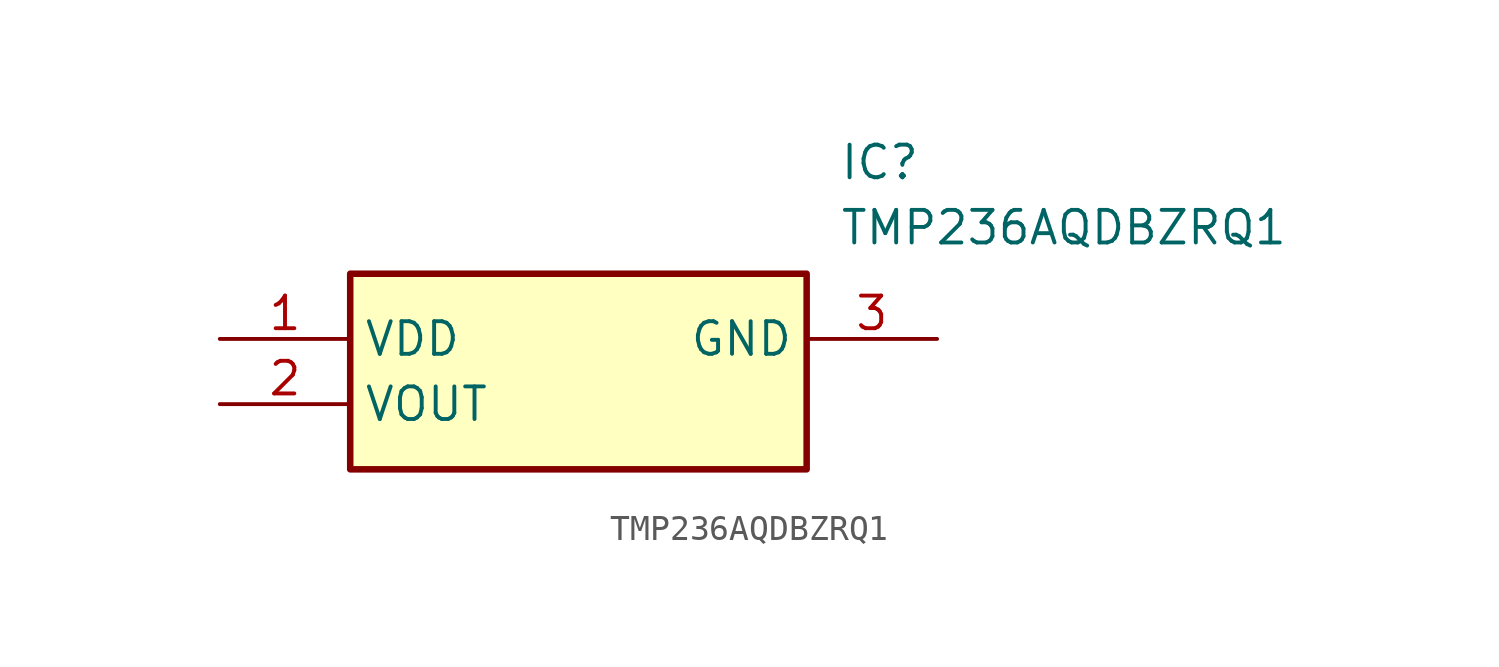
<source format=kicad_sym>
(kicad_symbol_lib
  (version 20211014)
  (generator SamacSys_ECAD_Model)
  (symbol "TMP236AQDBZRQ1"
    (property "Reference" "IC"
      (at 24.13 7.62 0)
      (effects (font (size 1.27 1.27)) (justify left top)))
    (property "Value" "TMP236AQDBZRQ1"
      (at 24.13 5.08 0)
      (effects (font (size 1.27 1.27)) (justify left top)))
    (rectangle
      (start 5.08 2.54)
      (end 22.86 -5.08)
      (stroke (width 0.254) (type default))
      (fill (type background)))
    (pin passive line
      (at 0 0 0)
      (length 5.08)
      (name "VDD" (effects (font (size 1.27 1.27))))
      (number "1" (effects (font (size 1.27 1.27)))))
    (pin passive line
      (at 0 -2.54 0)
      (length 5.08)
      (name "VOUT" (effects (font (size 1.27 1.27))))
      (number "2" (effects (font (size 1.27 1.27)))))
    (pin passive line
      (at 27.94 0 180)
      (length 5.08)
      (name "GND" (effects (font (size 1.27 1.27))))
      (number "3" (effects (font (size 1.27 1.27)))))))
</source>
